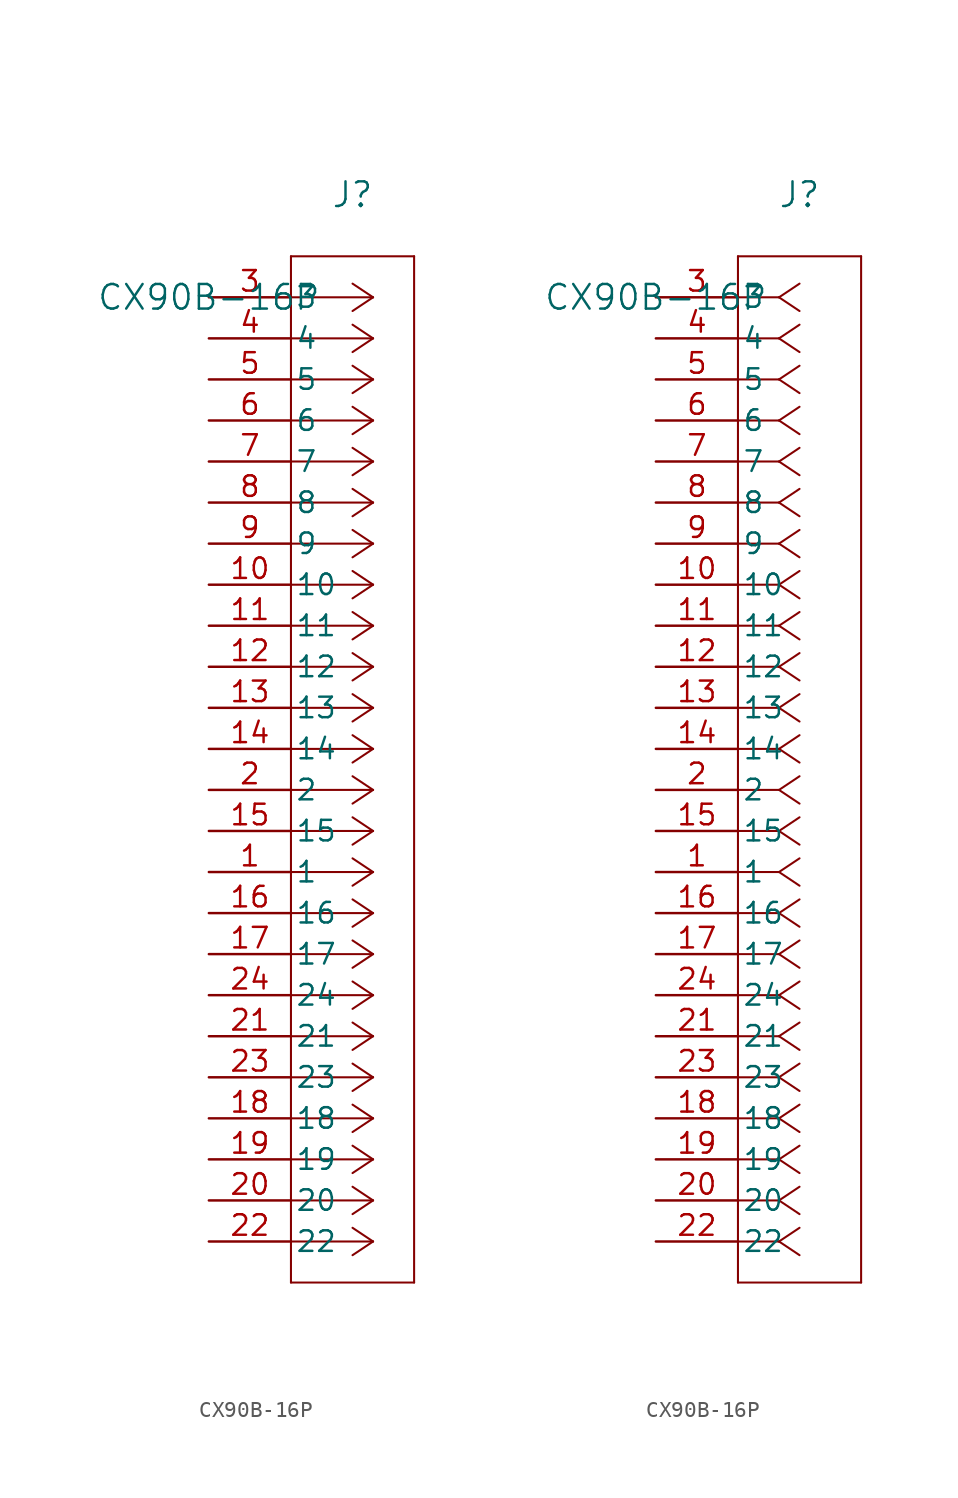
<source format=kicad_sym>
(kicad_symbol_lib
  (version 20211014)
  (generator kicad_symbol_editor)
  (symbol "CX90B-16P"
    (pin_names
      (offset 0.254))
    (property "Reference" "J"
      (at 8.89 6.35 0)
      (effects (font (size 1.524 1.524))))
    (property "Value" "CX90B-16P"
      (at 0 0 0)
      (effects (font (size 1.524 1.524))))
    (symbol "CX90B-16P_1_1"
      (polyline (pts (xy 10.16 0) (xy 5.08 0)) (stroke (width 0.127) (type default) (color 0 0 0 0)) (fill (type none)))
      (polyline (pts (xy 10.16 -2.54) (xy 5.08 -2.54)) (stroke (width 0.127) (type default) (color 0 0 0 0)) (fill (type none)))
      (polyline (pts (xy 10.16 -5.08) (xy 5.08 -5.08)) (stroke (width 0.127) (type default) (color 0 0 0 0)) (fill (type none)))
      (polyline (pts (xy 10.16 -7.62) (xy 5.08 -7.62)) (stroke (width 0.127) (type default) (color 0 0 0 0)) (fill (type none)))
      (polyline (pts (xy 10.16 -10.16) (xy 5.08 -10.16)) (stroke (width 0.127) (type default) (color 0 0 0 0)) (fill (type none)))
      (polyline (pts (xy 10.16 -12.7) (xy 5.08 -12.7)) (stroke (width 0.127) (type default) (color 0 0 0 0)) (fill (type none)))
      (polyline (pts (xy 10.16 -15.24) (xy 5.08 -15.24)) (stroke (width 0.127) (type default) (color 0 0 0 0)) (fill (type none)))
      (polyline (pts (xy 10.16 -17.78) (xy 5.08 -17.78)) (stroke (width 0.127) (type default) (color 0 0 0 0)) (fill (type none)))
      (polyline (pts (xy 10.16 -20.32) (xy 5.08 -20.32)) (stroke (width 0.127) (type default) (color 0 0 0 0)) (fill (type none)))
      (polyline (pts (xy 10.16 -22.86) (xy 5.08 -22.86)) (stroke (width 0.127) (type default) (color 0 0 0 0)) (fill (type none)))
      (polyline (pts (xy 10.16 -25.4) (xy 5.08 -25.4)) (stroke (width 0.127) (type default) (color 0 0 0 0)) (fill (type none)))
      (polyline (pts (xy 10.16 -27.94) (xy 5.08 -27.94)) (stroke (width 0.127) (type default) (color 0 0 0 0)) (fill (type none)))
      (polyline (pts (xy 10.16 -30.48) (xy 5.08 -30.48)) (stroke (width 0.127) (type default) (color 0 0 0 0)) (fill (type none)))
      (polyline (pts (xy 10.16 -33.02) (xy 5.08 -33.02)) (stroke (width 0.127) (type default) (color 0 0 0 0)) (fill (type none)))
      (polyline (pts (xy 10.16 -35.56) (xy 5.08 -35.56)) (stroke (width 0.127) (type default) (color 0 0 0 0)) (fill (type none)))
      (polyline (pts (xy 10.16 -38.1) (xy 5.08 -38.1)) (stroke (width 0.127) (type default) (color 0 0 0 0)) (fill (type none)))
      (polyline (pts (xy 10.16 -40.64) (xy 5.08 -40.64)) (stroke (width 0.127) (type default) (color 0 0 0 0)) (fill (type none)))
      (polyline (pts (xy 10.16 -43.18) (xy 5.08 -43.18)) (stroke (width 0.127) (type default) (color 0 0 0 0)) (fill (type none)))
      (polyline (pts (xy 10.16 -45.72) (xy 5.08 -45.72)) (stroke (width 0.127) (type default) (color 0 0 0 0)) (fill (type none)))
      (polyline (pts (xy 10.16 -48.26) (xy 5.08 -48.26)) (stroke (width 0.127) (type default) (color 0 0 0 0)) (fill (type none)))
      (polyline (pts (xy 10.16 -50.8) (xy 5.08 -50.8)) (stroke (width 0.127) (type default) (color 0 0 0 0)) (fill (type none)))
      (polyline (pts (xy 10.16 -53.34) (xy 5.08 -53.34)) (stroke (width 0.127) (type default) (color 0 0 0 0)) (fill (type none)))
      (polyline (pts (xy 10.16 -55.88) (xy 5.08 -55.88)) (stroke (width 0.127) (type default) (color 0 0 0 0)) (fill (type none)))
      (polyline (pts (xy 10.16 -58.42) (xy 5.08 -58.42)) (stroke (width 0.127) (type default) (color 0 0 0 0)) (fill (type none)))
      (polyline (pts (xy 10.16 0) (xy 8.89 0.847)) (stroke (width 0.127) (type default) (color 0 0 0 0)) (fill (type none)))
      (polyline (pts (xy 10.16 -2.54) (xy 8.89 -1.693)) (stroke (width 0.127) (type default) (color 0 0 0 0)) (fill (type none)))
      (polyline (pts (xy 10.16 -5.08) (xy 8.89 -4.233)) (stroke (width 0.127) (type default) (color 0 0 0 0)) (fill (type none)))
      (polyline (pts (xy 10.16 -7.62) (xy 8.89 -6.773)) (stroke (width 0.127) (type default) (color 0 0 0 0)) (fill (type none)))
      (polyline (pts (xy 10.16 -10.16) (xy 8.89 -9.313)) (stroke (width 0.127) (type default) (color 0 0 0 0)) (fill (type none)))
      (polyline (pts (xy 10.16 -12.7) (xy 8.89 -11.853)) (stroke (width 0.127) (type default) (color 0 0 0 0)) (fill (type none)))
      (polyline (pts (xy 10.16 -15.24) (xy 8.89 -14.393)) (stroke (width 0.127) (type default) (color 0 0 0 0)) (fill (type none)))
      (polyline (pts (xy 10.16 -17.78) (xy 8.89 -16.933)) (stroke (width 0.127) (type default) (color 0 0 0 0)) (fill (type none)))
      (polyline (pts (xy 10.16 -20.32) (xy 8.89 -19.473)) (stroke (width 0.127) (type default) (color 0 0 0 0)) (fill (type none)))
      (polyline (pts (xy 10.16 -22.86) (xy 8.89 -22.013)) (stroke (width 0.127) (type default) (color 0 0 0 0)) (fill (type none)))
      (polyline (pts (xy 10.16 -25.4) (xy 8.89 -24.553)) (stroke (width 0.127) (type default) (color 0 0 0 0)) (fill (type none)))
      (polyline (pts (xy 10.16 -27.94) (xy 8.89 -27.093)) (stroke (width 0.127) (type default) (color 0 0 0 0)) (fill (type none)))
      (polyline (pts (xy 10.16 -30.48) (xy 8.89 -29.633)) (stroke (width 0.127) (type default) (color 0 0 0 0)) (fill (type none)))
      (polyline (pts (xy 10.16 -33.02) (xy 8.89 -32.173)) (stroke (width 0.127) (type default) (color 0 0 0 0)) (fill (type none)))
      (polyline (pts (xy 10.16 -35.56) (xy 8.89 -34.713)) (stroke (width 0.127) (type default) (color 0 0 0 0)) (fill (type none)))
      (polyline (pts (xy 10.16 -38.1) (xy 8.89 -37.253)) (stroke (width 0.127) (type default) (color 0 0 0 0)) (fill (type none)))
      (polyline (pts (xy 10.16 -40.64) (xy 8.89 -39.793)) (stroke (width 0.127) (type default) (color 0 0 0 0)) (fill (type none)))
      (polyline (pts (xy 10.16 -43.18) (xy 8.89 -42.333)) (stroke (width 0.127) (type default) (color 0 0 0 0)) (fill (type none)))
      (polyline (pts (xy 10.16 -45.72) (xy 8.89 -44.873)) (stroke (width 0.127) (type default) (color 0 0 0 0)) (fill (type none)))
      (polyline (pts (xy 10.16 -48.26) (xy 8.89 -47.413)) (stroke (width 0.127) (type default) (color 0 0 0 0)) (fill (type none)))
      (polyline (pts (xy 10.16 -50.8) (xy 8.89 -49.953)) (stroke (width 0.127) (type default) (color 0 0 0 0)) (fill (type none)))
      (polyline (pts (xy 10.16 -53.34) (xy 8.89 -52.493)) (stroke (width 0.127) (type default) (color 0 0 0 0)) (fill (type none)))
      (polyline (pts (xy 10.16 -55.88) (xy 8.89 -55.033)) (stroke (width 0.127) (type default) (color 0 0 0 0)) (fill (type none)))
      (polyline (pts (xy 10.16 -58.42) (xy 8.89 -57.573)) (stroke (width 0.127) (type default) (color 0 0 0 0)) (fill (type none)))
      (polyline (pts (xy 10.16 0) (xy 8.89 -0.847)) (stroke (width 0.127) (type default) (color 0 0 0 0)) (fill (type none)))
      (polyline (pts (xy 10.16 -2.54) (xy 8.89 -3.387)) (stroke (width 0.127) (type default) (color 0 0 0 0)) (fill (type none)))
      (polyline (pts (xy 10.16 -5.08) (xy 8.89 -5.927)) (stroke (width 0.127) (type default) (color 0 0 0 0)) (fill (type none)))
      (polyline (pts (xy 10.16 -7.62) (xy 8.89 -8.467)) (stroke (width 0.127) (type default) (color 0 0 0 0)) (fill (type none)))
      (polyline (pts (xy 10.16 -10.16) (xy 8.89 -11.007)) (stroke (width 0.127) (type default) (color 0 0 0 0)) (fill (type none)))
      (polyline (pts (xy 10.16 -12.7) (xy 8.89 -13.547)) (stroke (width 0.127) (type default) (color 0 0 0 0)) (fill (type none)))
      (polyline (pts (xy 10.16 -15.24) (xy 8.89 -16.087)) (stroke (width 0.127) (type default) (color 0 0 0 0)) (fill (type none)))
      (polyline (pts (xy 10.16 -17.78) (xy 8.89 -18.627)) (stroke (width 0.127) (type default) (color 0 0 0 0)) (fill (type none)))
      (polyline (pts (xy 10.16 -20.32) (xy 8.89 -21.167)) (stroke (width 0.127) (type default) (color 0 0 0 0)) (fill (type none)))
      (polyline (pts (xy 10.16 -22.86) (xy 8.89 -23.707)) (stroke (width 0.127) (type default) (color 0 0 0 0)) (fill (type none)))
      (polyline (pts (xy 10.16 -25.4) (xy 8.89 -26.247)) (stroke (width 0.127) (type default) (color 0 0 0 0)) (fill (type none)))
      (polyline (pts (xy 10.16 -27.94) (xy 8.89 -28.787)) (stroke (width 0.127) (type default) (color 0 0 0 0)) (fill (type none)))
      (polyline (pts (xy 10.16 -30.48) (xy 8.89 -31.327)) (stroke (width 0.127) (type default) (color 0 0 0 0)) (fill (type none)))
      (polyline (pts (xy 10.16 -33.02) (xy 8.89 -33.867)) (stroke (width 0.127) (type default) (color 0 0 0 0)) (fill (type none)))
      (polyline (pts (xy 10.16 -35.56) (xy 8.89 -36.407)) (stroke (width 0.127) (type default) (color 0 0 0 0)) (fill (type none)))
      (polyline (pts (xy 10.16 -38.1) (xy 8.89 -38.947)) (stroke (width 0.127) (type default) (color 0 0 0 0)) (fill (type none)))
      (polyline (pts (xy 10.16 -40.64) (xy 8.89 -41.487)) (stroke (width 0.127) (type default) (color 0 0 0 0)) (fill (type none)))
      (polyline (pts (xy 10.16 -43.18) (xy 8.89 -44.027)) (stroke (width 0.127) (type default) (color 0 0 0 0)) (fill (type none)))
      (polyline (pts (xy 10.16 -45.72) (xy 8.89 -46.567)) (stroke (width 0.127) (type default) (color 0 0 0 0)) (fill (type none)))
      (polyline (pts (xy 10.16 -48.26) (xy 8.89 -49.107)) (stroke (width 0.127) (type default) (color 0 0 0 0)) (fill (type none)))
      (polyline (pts (xy 10.16 -50.8) (xy 8.89 -51.647)) (stroke (width 0.127) (type default) (color 0 0 0 0)) (fill (type none)))
      (polyline (pts (xy 10.16 -53.34) (xy 8.89 -54.187)) (stroke (width 0.127) (type default) (color 0 0 0 0)) (fill (type none)))
      (polyline (pts (xy 10.16 -55.88) (xy 8.89 -56.727)) (stroke (width 0.127) (type default) (color 0 0 0 0)) (fill (type none)))
      (polyline (pts (xy 10.16 -58.42) (xy 8.89 -59.267)) (stroke (width 0.127) (type default) (color 0 0 0 0)) (fill (type none)))
      (polyline (pts (xy 5.08 2.54) (xy 5.08 -60.96)) (stroke (width 0.127) (type default) (color 0 0 0 0)) (fill (type none)))
      (polyline (pts (xy 5.08 -60.96) (xy 12.7 -60.96)) (stroke (width 0.127) (type default) (color 0 0 0 0)) (fill (type none)))
      (polyline (pts (xy 12.7 -60.96) (xy 12.7 2.54)) (stroke (width 0.127) (type default) (color 0 0 0 0)) (fill (type none)))
      (polyline (pts (xy 12.7 2.54) (xy 5.08 2.54)) (stroke (width 0.127) (type default) (color 0 0 0 0)) (fill (type none)))
      (pin unspecified line (at 0 0 0) (length 5.08) (name "3" (effects (font (size 1.27 1.27)))) (number "3" (effects (font (size 1.27 1.27)))))
      (pin unspecified line (at 0 -2.54 0) (length 5.08) (name "4" (effects (font (size 1.27 1.27)))) (number "4" (effects (font (size 1.27 1.27)))))
      (pin unspecified line (at 0 -5.08 0) (length 5.08) (name "5" (effects (font (size 1.27 1.27)))) (number "5" (effects (font (size 1.27 1.27)))))
      (pin unspecified line (at 0 -7.62 0) (length 5.08) (name "6" (effects (font (size 1.27 1.27)))) (number "6" (effects (font (size 1.27 1.27)))))
      (pin unspecified line (at 0 -10.16 0) (length 5.08) (name "7" (effects (font (size 1.27 1.27)))) (number "7" (effects (font (size 1.27 1.27)))))
      (pin unspecified line (at 0 -12.7 0) (length 5.08) (name "8" (effects (font (size 1.27 1.27)))) (number "8" (effects (font (size 1.27 1.27)))))
      (pin unspecified line (at 0 -15.24 0) (length 5.08) (name "9" (effects (font (size 1.27 1.27)))) (number "9" (effects (font (size 1.27 1.27)))))
      (pin unspecified line (at 0 -17.78 0) (length 5.08) (name "10" (effects (font (size 1.27 1.27)))) (number "10" (effects (font (size 1.27 1.27)))))
      (pin unspecified line (at 0 -20.32 0) (length 5.08) (name "11" (effects (font (size 1.27 1.27)))) (number "11" (effects (font (size 1.27 1.27)))))
      (pin unspecified line (at 0 -22.86 0) (length 5.08) (name "12" (effects (font (size 1.27 1.27)))) (number "12" (effects (font (size 1.27 1.27)))))
      (pin unspecified line (at 0 -25.4 0) (length 5.08) (name "13" (effects (font (size 1.27 1.27)))) (number "13" (effects (font (size 1.27 1.27)))))
      (pin unspecified line (at 0 -27.94 0) (length 5.08) (name "14" (effects (font (size 1.27 1.27)))) (number "14" (effects (font (size 1.27 1.27)))))
      (pin unspecified line (at 0 -30.48 0) (length 5.08) (name "2" (effects (font (size 1.27 1.27)))) (number "2" (effects (font (size 1.27 1.27)))))
      (pin unspecified line (at 0 -33.02 0) (length 5.08) (name "15" (effects (font (size 1.27 1.27)))) (number "15" (effects (font (size 1.27 1.27)))))
      (pin unspecified line (at 0 -35.56 0) (length 5.08) (name "1" (effects (font (size 1.27 1.27)))) (number "1" (effects (font (size 1.27 1.27)))))
      (pin unspecified line (at 0 -38.1 0) (length 5.08) (name "16" (effects (font (size 1.27 1.27)))) (number "16" (effects (font (size 1.27 1.27)))))
      (pin unspecified line (at 0 -40.64 0) (length 5.08) (name "17" (effects (font (size 1.27 1.27)))) (number "17" (effects (font (size 1.27 1.27)))))
      (pin unspecified line (at 0 -43.18 0) (length 5.08) (name "24" (effects (font (size 1.27 1.27)))) (number "24" (effects (font (size 1.27 1.27)))))
      (pin unspecified line (at 0 -45.72 0) (length 5.08) (name "21" (effects (font (size 1.27 1.27)))) (number "21" (effects (font (size 1.27 1.27)))))
      (pin unspecified line (at 0 -48.26 0) (length 5.08) (name "23" (effects (font (size 1.27 1.27)))) (number "23" (effects (font (size 1.27 1.27)))))
      (pin unspecified line (at 0 -50.8 0) (length 5.08) (name "18" (effects (font (size 1.27 1.27)))) (number "18" (effects (font (size 1.27 1.27)))))
      (pin unspecified line (at 0 -53.34 0) (length 5.08) (name "19" (effects (font (size 1.27 1.27)))) (number "19" (effects (font (size 1.27 1.27)))))
      (pin unspecified line (at 0 -55.88 0) (length 5.08) (name "20" (effects (font (size 1.27 1.27)))) (number "20" (effects (font (size 1.27 1.27)))))
      (pin unspecified line (at 0 -58.42 0) (length 5.08) (name "22" (effects (font (size 1.27 1.27)))) (number "22" (effects (font (size 1.27 1.27))))))
    (symbol "CX90B-16P_1_2"
      (polyline (pts (xy 7.62 0) (xy 5.08 0)) (stroke (width 0.127) (type default) (color 0 0 0 0)) (fill (type none)))
      (polyline (pts (xy 7.62 -2.54) (xy 5.08 -2.54)) (stroke (width 0.127) (type default) (color 0 0 0 0)) (fill (type none)))
      (polyline (pts (xy 7.62 -5.08) (xy 5.08 -5.08)) (stroke (width 0.127) (type default) (color 0 0 0 0)) (fill (type none)))
      (polyline (pts (xy 7.62 -7.62) (xy 5.08 -7.62)) (stroke (width 0.127) (type default) (color 0 0 0 0)) (fill (type none)))
      (polyline (pts (xy 7.62 -10.16) (xy 5.08 -10.16)) (stroke (width 0.127) (type default) (color 0 0 0 0)) (fill (type none)))
      (polyline (pts (xy 7.62 -12.7) (xy 5.08 -12.7)) (stroke (width 0.127) (type default) (color 0 0 0 0)) (fill (type none)))
      (polyline (pts (xy 7.62 -15.24) (xy 5.08 -15.24)) (stroke (width 0.127) (type default) (color 0 0 0 0)) (fill (type none)))
      (polyline (pts (xy 7.62 -17.78) (xy 5.08 -17.78)) (stroke (width 0.127) (type default) (color 0 0 0 0)) (fill (type none)))
      (polyline (pts (xy 7.62 -20.32) (xy 5.08 -20.32)) (stroke (width 0.127) (type default) (color 0 0 0 0)) (fill (type none)))
      (polyline (pts (xy 7.62 -22.86) (xy 5.08 -22.86)) (stroke (width 0.127) (type default) (color 0 0 0 0)) (fill (type none)))
      (polyline (pts (xy 7.62 -25.4) (xy 5.08 -25.4)) (stroke (width 0.127) (type default) (color 0 0 0 0)) (fill (type none)))
      (polyline (pts (xy 7.62 -27.94) (xy 5.08 -27.94)) (stroke (width 0.127) (type default) (color 0 0 0 0)) (fill (type none)))
      (polyline (pts (xy 7.62 -30.48) (xy 5.08 -30.48)) (stroke (width 0.127) (type default) (color 0 0 0 0)) (fill (type none)))
      (polyline (pts (xy 7.62 -33.02) (xy 5.08 -33.02)) (stroke (width 0.127) (type default) (color 0 0 0 0)) (fill (type none)))
      (polyline (pts (xy 7.62 -35.56) (xy 5.08 -35.56)) (stroke (width 0.127) (type default) (color 0 0 0 0)) (fill (type none)))
      (polyline (pts (xy 7.62 -38.1) (xy 5.08 -38.1)) (stroke (width 0.127) (type default) (color 0 0 0 0)) (fill (type none)))
      (polyline (pts (xy 7.62 -40.64) (xy 5.08 -40.64)) (stroke (width 0.127) (type default) (color 0 0 0 0)) (fill (type none)))
      (polyline (pts (xy 7.62 -43.18) (xy 5.08 -43.18)) (stroke (width 0.127) (type default) (color 0 0 0 0)) (fill (type none)))
      (polyline (pts (xy 7.62 -45.72) (xy 5.08 -45.72)) (stroke (width 0.127) (type default) (color 0 0 0 0)) (fill (type none)))
      (polyline (pts (xy 7.62 -48.26) (xy 5.08 -48.26)) (stroke (width 0.127) (type default) (color 0 0 0 0)) (fill (type none)))
      (polyline (pts (xy 7.62 -50.8) (xy 5.08 -50.8)) (stroke (width 0.127) (type default) (color 0 0 0 0)) (fill (type none)))
      (polyline (pts (xy 7.62 -53.34) (xy 5.08 -53.34)) (stroke (width 0.127) (type default) (color 0 0 0 0)) (fill (type none)))
      (polyline (pts (xy 7.62 -55.88) (xy 5.08 -55.88)) (stroke (width 0.127) (type default) (color 0 0 0 0)) (fill (type none)))
      (polyline (pts (xy 7.62 -58.42) (xy 5.08 -58.42)) (stroke (width 0.127) (type default) (color 0 0 0 0)) (fill (type none)))
      (polyline (pts (xy 7.62 0) (xy 8.89 0.847)) (stroke (width 0.127) (type default) (color 0 0 0 0)) (fill (type none)))
      (polyline (pts (xy 7.62 -2.54) (xy 8.89 -1.693)) (stroke (width 0.127) (type default) (color 0 0 0 0)) (fill (type none)))
      (polyline (pts (xy 7.62 -5.08) (xy 8.89 -4.233)) (stroke (width 0.127) (type default) (color 0 0 0 0)) (fill (type none)))
      (polyline (pts (xy 7.62 -7.62) (xy 8.89 -6.773)) (stroke (width 0.127) (type default) (color 0 0 0 0)) (fill (type none)))
      (polyline (pts (xy 7.62 -10.16) (xy 8.89 -9.313)) (stroke (width 0.127) (type default) (color 0 0 0 0)) (fill (type none)))
      (polyline (pts (xy 7.62 -12.7) (xy 8.89 -11.853)) (stroke (width 0.127) (type default) (color 0 0 0 0)) (fill (type none)))
      (polyline (pts (xy 7.62 -15.24) (xy 8.89 -14.393)) (stroke (width 0.127) (type default) (color 0 0 0 0)) (fill (type none)))
      (polyline (pts (xy 7.62 -17.78) (xy 8.89 -16.933)) (stroke (width 0.127) (type default) (color 0 0 0 0)) (fill (type none)))
      (polyline (pts (xy 7.62 -20.32) (xy 8.89 -19.473)) (stroke (width 0.127) (type default) (color 0 0 0 0)) (fill (type none)))
      (polyline (pts (xy 7.62 -22.86) (xy 8.89 -22.013)) (stroke (width 0.127) (type default) (color 0 0 0 0)) (fill (type none)))
      (polyline (pts (xy 7.62 -25.4) (xy 8.89 -24.553)) (stroke (width 0.127) (type default) (color 0 0 0 0)) (fill (type none)))
      (polyline (pts (xy 7.62 -27.94) (xy 8.89 -27.093)) (stroke (width 0.127) (type default) (color 0 0 0 0)) (fill (type none)))
      (polyline (pts (xy 7.62 -30.48) (xy 8.89 -29.633)) (stroke (width 0.127) (type default) (color 0 0 0 0)) (fill (type none)))
      (polyline (pts (xy 7.62 -33.02) (xy 8.89 -32.173)) (stroke (width 0.127) (type default) (color 0 0 0 0)) (fill (type none)))
      (polyline (pts (xy 7.62 -35.56) (xy 8.89 -34.713)) (stroke (width 0.127) (type default) (color 0 0 0 0)) (fill (type none)))
      (polyline (pts (xy 7.62 -38.1) (xy 8.89 -37.253)) (stroke (width 0.127) (type default) (color 0 0 0 0)) (fill (type none)))
      (polyline (pts (xy 7.62 -40.64) (xy 8.89 -39.793)) (stroke (width 0.127) (type default) (color 0 0 0 0)) (fill (type none)))
      (polyline (pts (xy 7.62 -43.18) (xy 8.89 -42.333)) (stroke (width 0.127) (type default) (color 0 0 0 0)) (fill (type none)))
      (polyline (pts (xy 7.62 -45.72) (xy 8.89 -44.873)) (stroke (width 0.127) (type default) (color 0 0 0 0)) (fill (type none)))
      (polyline (pts (xy 7.62 -48.26) (xy 8.89 -47.413)) (stroke (width 0.127) (type default) (color 0 0 0 0)) (fill (type none)))
      (polyline (pts (xy 7.62 -50.8) (xy 8.89 -49.953)) (stroke (width 0.127) (type default) (color 0 0 0 0)) (fill (type none)))
      (polyline (pts (xy 7.62 -53.34) (xy 8.89 -52.493)) (stroke (width 0.127) (type default) (color 0 0 0 0)) (fill (type none)))
      (polyline (pts (xy 7.62 -55.88) (xy 8.89 -55.033)) (stroke (width 0.127) (type default) (color 0 0 0 0)) (fill (type none)))
      (polyline (pts (xy 7.62 -58.42) (xy 8.89 -57.573)) (stroke (width 0.127) (type default) (color 0 0 0 0)) (fill (type none)))
      (polyline (pts (xy 7.62 0) (xy 8.89 -0.847)) (stroke (width 0.127) (type default) (color 0 0 0 0)) (fill (type none)))
      (polyline (pts (xy 7.62 -2.54) (xy 8.89 -3.387)) (stroke (width 0.127) (type default) (color 0 0 0 0)) (fill (type none)))
      (polyline (pts (xy 7.62 -5.08) (xy 8.89 -5.927)) (stroke (width 0.127) (type default) (color 0 0 0 0)) (fill (type none)))
      (polyline (pts (xy 7.62 -7.62) (xy 8.89 -8.467)) (stroke (width 0.127) (type default) (color 0 0 0 0)) (fill (type none)))
      (polyline (pts (xy 7.62 -10.16) (xy 8.89 -11.007)) (stroke (width 0.127) (type default) (color 0 0 0 0)) (fill (type none)))
      (polyline (pts (xy 7.62 -12.7) (xy 8.89 -13.547)) (stroke (width 0.127) (type default) (color 0 0 0 0)) (fill (type none)))
      (polyline (pts (xy 7.62 -15.24) (xy 8.89 -16.087)) (stroke (width 0.127) (type default) (color 0 0 0 0)) (fill (type none)))
      (polyline (pts (xy 7.62 -17.78) (xy 8.89 -18.627)) (stroke (width 0.127) (type default) (color 0 0 0 0)) (fill (type none)))
      (polyline (pts (xy 7.62 -20.32) (xy 8.89 -21.167)) (stroke (width 0.127) (type default) (color 0 0 0 0)) (fill (type none)))
      (polyline (pts (xy 7.62 -22.86) (xy 8.89 -23.707)) (stroke (width 0.127) (type default) (color 0 0 0 0)) (fill (type none)))
      (polyline (pts (xy 7.62 -25.4) (xy 8.89 -26.247)) (stroke (width 0.127) (type default) (color 0 0 0 0)) (fill (type none)))
      (polyline (pts (xy 7.62 -27.94) (xy 8.89 -28.787)) (stroke (width 0.127) (type default) (color 0 0 0 0)) (fill (type none)))
      (polyline (pts (xy 7.62 -30.48) (xy 8.89 -31.327)) (stroke (width 0.127) (type default) (color 0 0 0 0)) (fill (type none)))
      (polyline (pts (xy 7.62 -33.02) (xy 8.89 -33.867)) (stroke (width 0.127) (type default) (color 0 0 0 0)) (fill (type none)))
      (polyline (pts (xy 7.62 -35.56) (xy 8.89 -36.407)) (stroke (width 0.127) (type default) (color 0 0 0 0)) (fill (type none)))
      (polyline (pts (xy 7.62 -38.1) (xy 8.89 -38.947)) (stroke (width 0.127) (type default) (color 0 0 0 0)) (fill (type none)))
      (polyline (pts (xy 7.62 -40.64) (xy 8.89 -41.487)) (stroke (width 0.127) (type default) (color 0 0 0 0)) (fill (type none)))
      (polyline (pts (xy 7.62 -43.18) (xy 8.89 -44.027)) (stroke (width 0.127) (type default) (color 0 0 0 0)) (fill (type none)))
      (polyline (pts (xy 7.62 -45.72) (xy 8.89 -46.567)) (stroke (width 0.127) (type default) (color 0 0 0 0)) (fill (type none)))
      (polyline (pts (xy 7.62 -48.26) (xy 8.89 -49.107)) (stroke (width 0.127) (type default) (color 0 0 0 0)) (fill (type none)))
      (polyline (pts (xy 7.62 -50.8) (xy 8.89 -51.647)) (stroke (width 0.127) (type default) (color 0 0 0 0)) (fill (type none)))
      (polyline (pts (xy 7.62 -53.34) (xy 8.89 -54.187)) (stroke (width 0.127) (type default) (color 0 0 0 0)) (fill (type none)))
      (polyline (pts (xy 7.62 -55.88) (xy 8.89 -56.727)) (stroke (width 0.127) (type default) (color 0 0 0 0)) (fill (type none)))
      (polyline (pts (xy 7.62 -58.42) (xy 8.89 -59.267)) (stroke (width 0.127) (type default) (color 0 0 0 0)) (fill (type none)))
      (polyline (pts (xy 5.08 2.54) (xy 5.08 -60.96)) (stroke (width 0.127) (type default) (color 0 0 0 0)) (fill (type none)))
      (polyline (pts (xy 5.08 -60.96) (xy 12.7 -60.96)) (stroke (width 0.127) (type default) (color 0 0 0 0)) (fill (type none)))
      (polyline (pts (xy 12.7 -60.96) (xy 12.7 2.54)) (stroke (width 0.127) (type default) (color 0 0 0 0)) (fill (type none)))
      (polyline (pts (xy 12.7 2.54) (xy 5.08 2.54)) (stroke (width 0.127) (type default) (color 0 0 0 0)) (fill (type none)))
      (pin unspecified line (at 0 0 0) (length 5.08) (name "3" (effects (font (size 1.27 1.27)))) (number "3" (effects (font (size 1.27 1.27)))))
      (pin unspecified line (at 0 -2.54 0) (length 5.08) (name "4" (effects (font (size 1.27 1.27)))) (number "4" (effects (font (size 1.27 1.27)))))
      (pin unspecified line (at 0 -5.08 0) (length 5.08) (name "5" (effects (font (size 1.27 1.27)))) (number "5" (effects (font (size 1.27 1.27)))))
      (pin unspecified line (at 0 -7.62 0) (length 5.08) (name "6" (effects (font (size 1.27 1.27)))) (number "6" (effects (font (size 1.27 1.27)))))
      (pin unspecified line (at 0 -10.16 0) (length 5.08) (name "7" (effects (font (size 1.27 1.27)))) (number "7" (effects (font (size 1.27 1.27)))))
      (pin unspecified line (at 0 -12.7 0) (length 5.08) (name "8" (effects (font (size 1.27 1.27)))) (number "8" (effects (font (size 1.27 1.27)))))
      (pin unspecified line (at 0 -15.24 0) (length 5.08) (name "9" (effects (font (size 1.27 1.27)))) (number "9" (effects (font (size 1.27 1.27)))))
      (pin unspecified line (at 0 -17.78 0) (length 5.08) (name "10" (effects (font (size 1.27 1.27)))) (number "10" (effects (font (size 1.27 1.27)))))
      (pin unspecified line (at 0 -20.32 0) (length 5.08) (name "11" (effects (font (size 1.27 1.27)))) (number "11" (effects (font (size 1.27 1.27)))))
      (pin unspecified line (at 0 -22.86 0) (length 5.08) (name "12" (effects (font (size 1.27 1.27)))) (number "12" (effects (font (size 1.27 1.27)))))
      (pin unspecified line (at 0 -25.4 0) (length 5.08) (name "13" (effects (font (size 1.27 1.27)))) (number "13" (effects (font (size 1.27 1.27)))))
      (pin unspecified line (at 0 -27.94 0) (length 5.08) (name "14" (effects (font (size 1.27 1.27)))) (number "14" (effects (font (size 1.27 1.27)))))
      (pin unspecified line (at 0 -30.48 0) (length 5.08) (name "2" (effects (font (size 1.27 1.27)))) (number "2" (effects (font (size 1.27 1.27)))))
      (pin unspecified line (at 0 -33.02 0) (length 5.08) (name "15" (effects (font (size 1.27 1.27)))) (number "15" (effects (font (size 1.27 1.27)))))
      (pin unspecified line (at 0 -35.56 0) (length 5.08) (name "1" (effects (font (size 1.27 1.27)))) (number "1" (effects (font (size 1.27 1.27)))))
      (pin unspecified line (at 0 -38.1 0) (length 5.08) (name "16" (effects (font (size 1.27 1.27)))) (number "16" (effects (font (size 1.27 1.27)))))
      (pin unspecified line (at 0 -40.64 0) (length 5.08) (name "17" (effects (font (size 1.27 1.27)))) (number "17" (effects (font (size 1.27 1.27)))))
      (pin unspecified line (at 0 -43.18 0) (length 5.08) (name "24" (effects (font (size 1.27 1.27)))) (number "24" (effects (font (size 1.27 1.27)))))
      (pin unspecified line (at 0 -45.72 0) (length 5.08) (name "21" (effects (font (size 1.27 1.27)))) (number "21" (effects (font (size 1.27 1.27)))))
      (pin unspecified line (at 0 -48.26 0) (length 5.08) (name "23" (effects (font (size 1.27 1.27)))) (number "23" (effects (font (size 1.27 1.27)))))
      (pin unspecified line (at 0 -50.8 0) (length 5.08) (name "18" (effects (font (size 1.27 1.27)))) (number "18" (effects (font (size 1.27 1.27)))))
      (pin unspecified line (at 0 -53.34 0) (length 5.08) (name "19" (effects (font (size 1.27 1.27)))) (number "19" (effects (font (size 1.27 1.27)))))
      (pin unspecified line (at 0 -55.88 0) (length 5.08) (name "20" (effects (font (size 1.27 1.27)))) (number "20" (effects (font (size 1.27 1.27)))))
      (pin unspecified line (at 0 -58.42 0) (length 5.08) (name "22" (effects (font (size 1.27 1.27)))) (number "22" (effects (font (size 1.27 1.27))))))))
</source>
